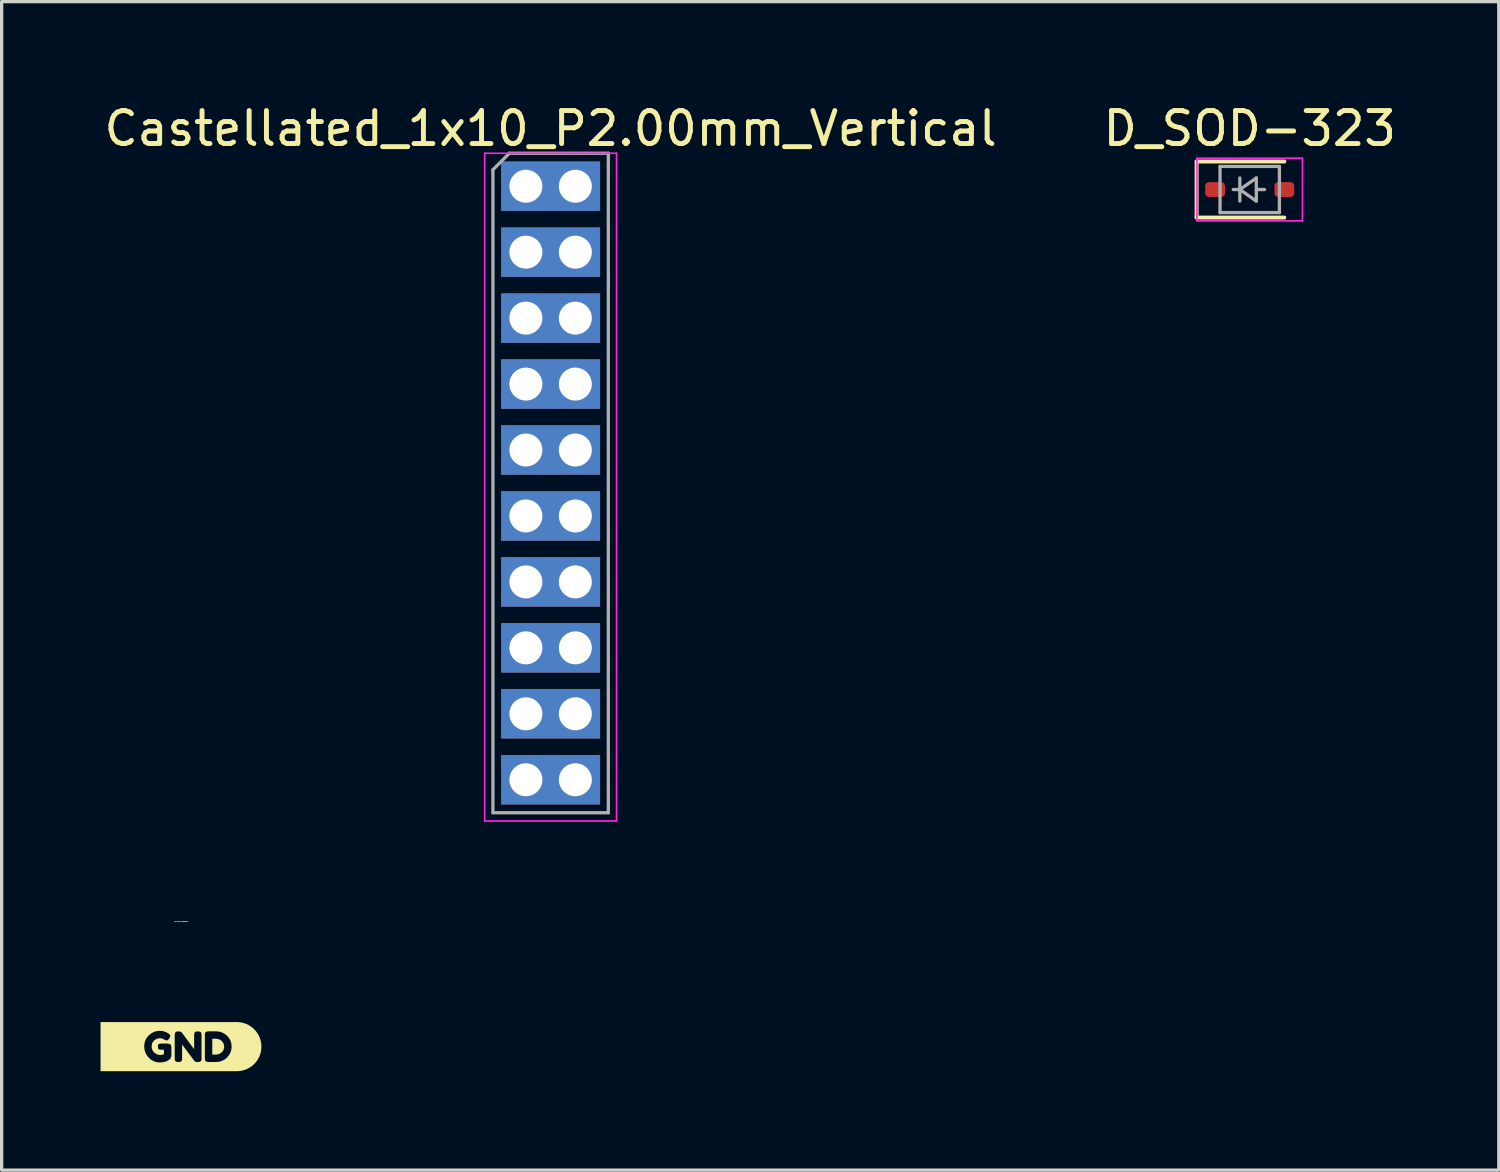
<source format=kicad_pcb>
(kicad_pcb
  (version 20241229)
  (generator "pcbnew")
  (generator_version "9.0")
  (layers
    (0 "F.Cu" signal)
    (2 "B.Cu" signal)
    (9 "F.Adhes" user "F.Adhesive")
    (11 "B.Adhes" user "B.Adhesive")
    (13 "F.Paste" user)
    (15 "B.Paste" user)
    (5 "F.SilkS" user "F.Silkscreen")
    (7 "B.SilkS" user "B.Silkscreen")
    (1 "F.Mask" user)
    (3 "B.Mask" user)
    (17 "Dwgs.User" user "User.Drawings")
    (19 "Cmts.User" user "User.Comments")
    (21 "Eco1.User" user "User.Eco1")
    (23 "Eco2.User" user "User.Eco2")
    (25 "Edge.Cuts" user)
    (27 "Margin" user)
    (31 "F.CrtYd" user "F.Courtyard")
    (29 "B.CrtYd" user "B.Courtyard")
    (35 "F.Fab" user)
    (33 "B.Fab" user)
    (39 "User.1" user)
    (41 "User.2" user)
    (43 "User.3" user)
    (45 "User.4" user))
  (footprint "D_SOD-323"
    (layer "F.Cu")
    (at 34.851 2.698)
    (property "Reference" "D_SOD-323" (at 0 -1.85 180) (layer "F.SilkS") (effects (font (size 1 1) (thickness 0.15))))
    (attr smd)
    (fp_line (start -1.61 -0.85) (end -1.61 0.85) (stroke (width 0.12) (type solid)) (layer "F.SilkS"))
    (fp_line (start -1.61 -0.85) (end 1.05 -0.85) (stroke (width 0.12) (type solid)) (layer "F.SilkS"))
    (fp_line (start -1.61 0.85) (end 1.05 0.85) (stroke (width 0.12) (type solid)) (layer "F.SilkS"))
    (fp_line (start -1.6 -0.95) (end -1.6 0.95) (stroke (width 0.05) (type solid)) (layer "F.CrtYd"))
    (fp_line (start -1.6 -0.95) (end 1.6 -0.95) (stroke (width 0.05) (type solid)) (layer "F.CrtYd"))
    (fp_line (start -1.6 0.95) (end 1.6 0.95) (stroke (width 0.05) (type solid)) (layer "F.CrtYd"))
    (fp_line (start 1.6 -0.95) (end 1.6 0.95) (stroke (width 0.05) (type solid)) (layer "F.CrtYd"))
    (fp_line (start -0.9 -0.7) (end 0.9 -0.7) (stroke (width 0.1) (type solid)) (layer "F.Fab"))
    (fp_line (start -0.9 0.7) (end -0.9 -0.7) (stroke (width 0.1) (type solid)) (layer "F.Fab"))
    (fp_line (start -0.3 -0.35) (end -0.3 0.35) (stroke (width 0.1) (type solid)) (layer "F.Fab"))
    (fp_line (start -0.3 0) (end -0.5 0) (stroke (width 0.1) (type solid)) (layer "F.Fab"))
    (fp_line (start -0.3 0) (end 0.2 -0.35) (stroke (width 0.1) (type solid)) (layer "F.Fab"))
    (fp_line (start 0.2 -0.35) (end 0.2 0.35) (stroke (width 0.1) (type solid)) (layer "F.Fab"))
    (fp_line (start 0.2 0) (end 0.45 0) (stroke (width 0.1) (type solid)) (layer "F.Fab"))
    (fp_line (start 0.2 0.35) (end -0.3 0) (stroke (width 0.1) (type solid)) (layer "F.Fab"))
    (fp_line (start 0.9 -0.7) (end 0.9 0.7) (stroke (width 0.1) (type solid)) (layer "F.Fab"))
    (fp_line (start 0.9 0.7) (end -0.9 0.7) (stroke (width 0.1) (type solid)) (layer "F.Fab"))
    (pad "1" smd roundrect (at -1.05 0) (size 0.6 0.45) (layers "F.Cu" "F.Mask" "F.Paste") (roundrect_rratio 0.25))
    (pad "2" smd roundrect (at 1.05 0) (size 0.6 0.45) (layers "F.Cu" "F.Mask" "F.Paste") (roundrect_rratio 0.25)))
  (footprint "kibuzzard-653BD2BD"
    (layer "F.Cu")
    (at 2.439 28.692)
    (property "Reference" "kibuzzard-653BD2BD" (at 0 -3.793 0) (layer "F.SilkS") (effects (font (size 0.025 0.025) (thickness 0.15))))
    (attr board_only exclude_from_pos_files exclude_from_bom)
    (fp_poly (pts (xy 1.071 -0.239) (xy 0.949 -0.239) (xy 0.949 0.241) (xy 1.072 0.241) (xy 1.159 0.224) (xy 1.237 0.173) (xy 1.292 0.097) (xy 1.311 0.003) (xy 1.293 -0.092) (xy 1.239 -0.17) (xy 1.161 -0.221) (xy 1.071 -0.239)) (stroke (width 0) (type solid)) (fill yes) (layer "F.SilkS"))
    (fp_poly (pts (xy -1.116 -0.745) (xy -2.439 -0.745) (xy -2.439 0.745) (xy -1.116 0.745) (xy -0.647 0.745) (xy -0.647 0.48) (xy -0.739 0.471) (xy -0.824 0.444) (xy -0.903 0.4) (xy -0.976 0.337) (xy -1.038 0.262) (xy -1.081 0.18) (xy -1.107 0.09) (xy -1.116 -0.008) (xy -1.107 -0.104) (xy -1.081 -0.193) (xy -1.036 -0.273) (xy -0.974 -0.345) (xy -0.9 -0.404) (xy -0.819 -0.446) (xy -0.732 -0.472) (xy -0.639 -0.48) (xy -0.541 -0.469) (xy -0.446 -0.436) (xy -0.355 -0.381) (xy -0.321 -0.324) (xy -0.35 -0.253) (xy -0.398 -0.202) (xy -0.44 -0.185) (xy -0.518 -0.22) (xy -0.576 -0.247) (xy -0.645 -0.255) (xy -0.736 -0.238) (xy -0.816 -0.187) (xy -0.873 -0.109) (xy -0.891 -0.01) (xy -0.883 0.06) (xy -0.857 0.122) (xy -0.815 0.177) (xy -0.734 0.235) (xy -0.642 0.254) (xy -0.576 0.248) (xy -0.517 0.231) (xy -0.517 0.093) (xy -0.617 0.093) (xy -0.673 0.083) (xy -0.694 0.053) (xy -0.7 -0.001) (xy -0.694 -0.055) (xy -0.673 -0.083) (xy -0.612 -0.094) (xy -0.388 -0.094) (xy -0.305 -0.058) (xy -0.292 0.013) (xy -0.292 0.292) (xy -0.327 0.37) (xy -0.387 0.418) (xy -0.461 0.452) (xy -0.547 0.473) (xy -0.647 0.48) (xy -0.647 0.745) (xy 0.509 0.745) (xy 0.509 0.467) (xy 0.441 0.46) (xy 0.409 0.436) (xy 0.319 0.316) (xy 0.24 0.211) (xy 0.172 0.121) (xy 0.115 0.045) (xy 0.069 -0.016) (xy 0.033 -0.062) (xy 0.033 0.356) (xy 0.031 0.4) (xy 0.019 0.433) (xy -0.014 0.459) (xy -0.08 0.467) (xy -0.143 0.459) (xy -0.176 0.433) (xy -0.188 0.399) (xy -0.19 0.354) (xy -0.19 -0.354) (xy -0.178 -0.425) (xy -0.142 -0.455) (xy -0.08 -0.462) (xy -0.019 -0.455) (xy 0.012 -0.439) (xy 0.041 -0.406) (xy 0.125 -0.292) (xy 0.2 -0.191) (xy 0.264 -0.104) (xy 0.319 -0.03) (xy 0.364 0.029) (xy 0.399 0.075) (xy 0.399 -0.354) (xy 0.411 -0.425) (xy 0.447 -0.455) (xy 0.508 -0.462) (xy 0.566 -0.456) (xy 0.599 -0.441) (xy 0.615 -0.414) (xy 0.623 -0.349) (xy 0.623 0.356) (xy 0.621 0.4) (xy 0.609 0.433) (xy 0.575 0.459) (xy 0.509 0.467) (xy 0.509 0.745) (xy 1.068 0.745) (xy 1.068 0.466) (xy 0.836 0.466) (xy 0.773 0.458) (xy 0.739 0.434) (xy 0.724 0.353) (xy 0.724 -0.353) (xy 0.726 -0.398) (xy 0.738 -0.431) (xy 0.772 -0.456) (xy 0.837 -0.465) (xy 1.072 -0.464) (xy 1.161 -0.455) (xy 1.245 -0.43) (xy 1.323 -0.389) (xy 1.396 -0.331) (xy 1.457 -0.261) (xy 1.501 -0.183) (xy 1.527 -0.097) (xy 1.536 -0.004) (xy 1.527 0.089) (xy 1.502 0.175) (xy 1.459 0.255) (xy 1.399 0.328) (xy 1.327 0.388) (xy 1.248 0.431) (xy 1.162 0.457) (xy 1.068 0.466) (xy 1.068 0.745) (xy 1.536 0.745) (xy 1.694 0.745) (xy 1.767 0.741) (xy 1.84 0.73) (xy 1.911 0.713) (xy 1.979 0.688) (xy 2.045 0.657) (xy 2.108 0.619) (xy 2.167 0.576) (xy 2.221 0.527) (xy 2.27 0.472) (xy 2.314 0.414) (xy 2.351 0.351) (xy 2.382 0.285) (xy 2.407 0.216) (xy 2.425 0.145) (xy 2.435 0.073) (xy 2.439 0) (xy 2.435 -0.073) (xy 2.425 -0.145) (xy 2.407 -0.216) (xy 2.382 -0.285) (xy 2.351 -0.351) (xy 2.314 -0.414) (xy 2.27 -0.472) (xy 2.221 -0.527) (xy 2.167 -0.576) (xy 2.108 -0.619) (xy 2.045 -0.657) (xy 1.979 -0.688) (xy 1.911 -0.713) (xy 1.84 -0.73) (xy 1.767 -0.741) (xy 1.694 -0.745) (xy 1.536 -0.745) (xy -1.116 -0.745)) (stroke (width 0) (type solid)) (fill yes) (layer "F.SilkS")))
  (footprint "Castellated_1x10_P2.00mm_Vertical"
    (layer "F.Cu")
    (at 12.899 2.598)
    (property "Reference" "Castellated_1x10_P2.00mm_Vertical" (at 0.75 -1.75 0) (layer "F.SilkS") (effects (font (size 1 1) (thickness 0.15))))
    (attr through_hole exclude_from_bom)
    (fp_line (start -1.25 -1) (end -1.25 19.25) (stroke (width 0.05) (type solid)) (layer "F.CrtYd"))
    (fp_line (start -1.25 19.25) (end 2.75 19.25) (stroke (width 0.05) (type solid)) (layer "F.CrtYd"))
    (fp_line (start 2.75 -1) (end -1.25 -1) (stroke (width 0.05) (type solid)) (layer "F.CrtYd"))
    (fp_line (start 2.75 19.25) (end 2.75 -1) (stroke (width 0.05) (type solid)) (layer "F.CrtYd"))
    (fp_line (start -1 -0.5) (end -0.5 -1) (stroke (width 0.1) (type solid)) (layer "F.Fab"))
    (fp_line (start -1 19) (end -1 -0.5) (stroke (width 0.1) (type solid)) (layer "F.Fab"))
    (fp_line (start -0.5 -1) (end 2.5 -1) (stroke (width 0.1) (type solid)) (layer "F.Fab"))
    (fp_line (start 2.5 -1) (end 2.5 19) (stroke (width 0.1) (type solid)) (layer "F.Fab"))
    (fp_line (start 2.5 19) (end -1 19) (stroke (width 0.1) (type solid)) (layer "F.Fab"))
    (pad "1" thru_hole circle (at 0 0) (size 1.35 1.35) (drill 1) (layers "*.Cu" "*.Mask"))
    (pad "1" smd rect (at 0.75 0) (size 3 1.5) (layers "F.Cu" "F.Mask"))
    (pad "1" smd rect (at 0.75 0) (size 3 1.5) (layers "B.Cu" "B.Mask"))
    (pad "1" thru_hole circle (at 1.5 0) (size 1.35 1.35) (drill 1) (layers "*.Cu" "*.Mask"))
    (pad "2" thru_hole oval (at 0 2) (size 1.35 1.35) (drill 1) (layers "*.Cu" "*.Mask"))
    (pad "2" smd rect (at 0.75 2) (size 3 1.5) (layers "F.Cu" "F.Mask"))
    (pad "2" smd rect (at 0.75 2) (size 3 1.5) (layers "B.Cu" "B.Mask"))
    (pad "2" thru_hole oval (at 1.5 2) (size 1.35 1.35) (drill 1) (layers "*.Cu" "*.Mask"))
    (pad "3" thru_hole oval (at 0 4) (size 1.35 1.35) (drill 1) (layers "*.Cu" "*.Mask"))
    (pad "3" smd rect (at 0.75 4) (size 3 1.5) (layers "F.Cu" "F.Mask"))
    (pad "3" smd rect (at 0.75 4) (size 3 1.5) (layers "B.Cu" "B.Mask"))
    (pad "3" thru_hole oval (at 1.5 4) (size 1.35 1.35) (drill 1) (layers "*.Cu" "*.Mask"))
    (pad "4" thru_hole oval (at 0 6) (size 1.35 1.35) (drill 1) (layers "*.Cu" "*.Mask"))
    (pad "4" smd rect (at 0.75 6) (size 3 1.5) (layers "F.Cu" "F.Mask"))
    (pad "4" smd rect (at 0.75 6 180) (size 3 1.5) (layers "B.Cu" "B.Mask"))
    (pad "4" thru_hole oval (at 1.5 6) (size 1.35 1.35) (drill 1) (layers "*.Cu" "*.Mask"))
    (pad "5" thru_hole oval (at 0 8) (size 1.35 1.35) (drill 1) (layers "*.Cu" "*.Mask"))
    (pad "5" smd rect (at 0.75 8) (size 3 1.5) (layers "F.Cu" "F.Mask"))
    (pad "5" smd rect (at 0.75 8 180) (size 3 1.5) (layers "B.Cu" "B.Mask"))
    (pad "5" thru_hole oval (at 1.5 8) (size 1.35 1.35) (drill 1) (layers "*.Cu" "*.Mask"))
    (pad "6" thru_hole oval (at 0 10) (size 1.35 1.35) (drill 1) (layers "*.Cu" "*.Mask"))
    (pad "6" smd rect (at 0.75 10) (size 3 1.5) (layers "F.Cu" "F.Mask"))
    (pad "6" smd rect (at 0.75 10 180) (size 3 1.5) (layers "B.Cu" "B.Mask"))
    (pad "6" thru_hole oval (at 1.5 10) (size 1.35 1.35) (drill 1) (layers "*.Cu" "*.Mask"))
    (pad "7" thru_hole oval (at 0 12) (size 1.35 1.35) (drill 1) (layers "*.Cu" "*.Mask"))
    (pad "7" smd rect (at 0.75 12) (size 3 1.5) (layers "F.Cu" "F.Mask"))
    (pad "7" smd rect (at 0.75 12 180) (size 3 1.5) (layers "B.Cu" "B.Mask"))
    (pad "7" thru_hole oval (at 1.5 12) (size 1.35 1.35) (drill 1) (layers "*.Cu" "*.Mask"))
    (pad "8" thru_hole oval (at 0 14) (size 1.35 1.35) (drill 1) (layers "*.Cu" "*.Mask"))
    (pad "8" smd rect (at 0.75 14) (size 3 1.5) (layers "F.Cu" "F.Mask"))
    (pad "8" smd rect (at 0.75 14 180) (size 3 1.5) (layers "B.Cu" "B.Mask"))
    (pad "8" thru_hole oval (at 1.5 14) (size 1.35 1.35) (drill 1) (layers "*.Cu" "*.Mask"))
    (pad "9" thru_hole oval (at 0 16) (size 1.35 1.35) (drill 1) (layers "*.Cu" "*.Mask"))
    (pad "9" smd rect (at 0.75 16) (size 3 1.5) (layers "F.Cu" "F.Mask"))
    (pad "9" smd rect (at 0.75 16 180) (size 3 1.5) (layers "B.Cu" "B.Mask"))
    (pad "9" thru_hole oval (at 1.5 16) (size 1.35 1.35) (drill 1) (layers "*.Cu" "*.Mask"))
    (pad "10" thru_hole oval (at 0 18) (size 1.35 1.35) (drill 1) (layers "*.Cu" "*.Mask"))
    (pad "10" smd rect (at 0.75 18) (size 3 1.5) (layers "F.Cu" "F.Mask"))
    (pad "10" smd rect (at 0.75 18 180) (size 3 1.5) (layers "B.Cu" "B.Mask"))
    (pad "10" thru_hole oval (at 1.5 18) (size 1.35 1.35) (drill 1) (layers "*.Cu" "*.Mask")))
  (gr_rect
    (start -3 -3)
    (end 42.405 32.437)
    (stroke (width 0.1) (type default))
    (fill no)
    (layer "Edge.Cuts")))
</source>
